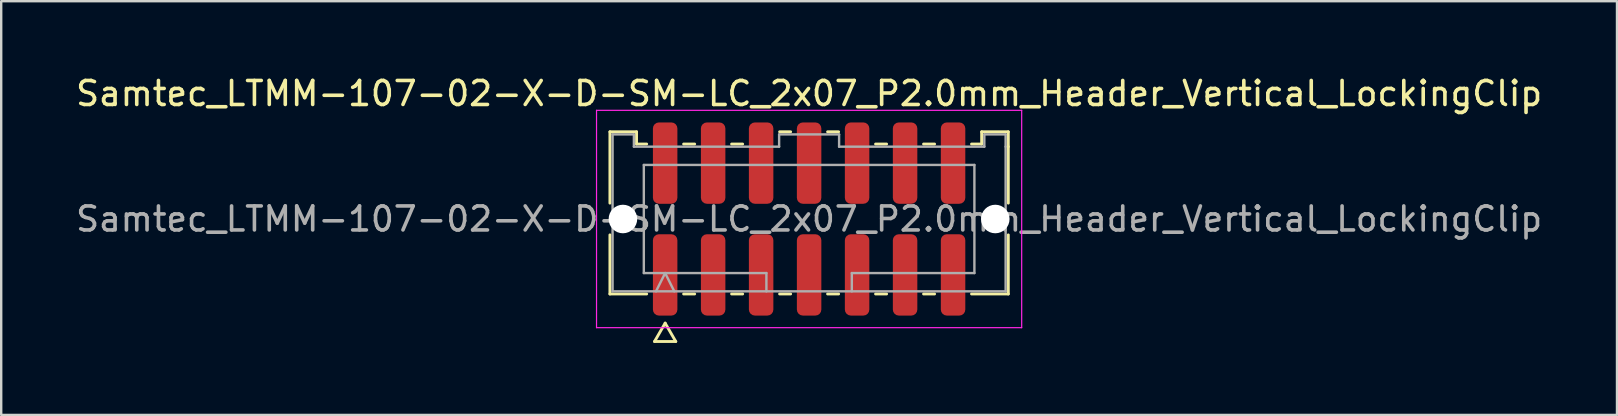
<source format=kicad_pcb>
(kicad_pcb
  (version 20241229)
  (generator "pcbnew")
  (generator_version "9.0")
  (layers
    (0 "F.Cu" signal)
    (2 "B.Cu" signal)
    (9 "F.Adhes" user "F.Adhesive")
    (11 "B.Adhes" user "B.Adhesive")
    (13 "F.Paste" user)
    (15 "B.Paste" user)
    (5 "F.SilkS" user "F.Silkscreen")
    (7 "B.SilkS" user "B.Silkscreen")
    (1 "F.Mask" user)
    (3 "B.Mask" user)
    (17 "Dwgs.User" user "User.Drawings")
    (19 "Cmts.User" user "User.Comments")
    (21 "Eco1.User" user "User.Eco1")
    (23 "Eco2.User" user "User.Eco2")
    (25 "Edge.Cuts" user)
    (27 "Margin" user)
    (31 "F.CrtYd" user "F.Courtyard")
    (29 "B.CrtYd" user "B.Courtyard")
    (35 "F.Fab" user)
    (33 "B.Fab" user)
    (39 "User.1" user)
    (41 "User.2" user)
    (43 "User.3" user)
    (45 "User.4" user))
  (footprint "Samtec_LTMM-107-02-X-D-SM-LC_2x07_P2.0mm_Header_Vertical_LockingClip"
    (layer "F.Cu")
    (at 30.673 6.078)
    (property "Reference" "Samtec_LTMM-107-02-X-D-SM-LC_2x07_P2.0mm_Header_Vertical_LockingClip" (at 0 -5.23 0) (layer "F.SilkS") (effects (font (size 1 1) (thickness 0.15))))
    (attr smd)
    (fp_line (start -8.302 -3.635) (end -7.192 -3.635) (stroke (width 0.12) (type solid)) (layer "F.SilkS"))
    (fp_line (start -8.302 -0.662) (end -8.302 -3.635) (stroke (width 0.12) (type solid)) (layer "F.SilkS"))
    (fp_line (start -8.302 3.125) (end -8.302 0.662) (stroke (width 0.12) (type solid)) (layer "F.SilkS"))
    (fp_line (start -7.192 -3.635) (end -7.192 -3.125) (stroke (width 0.12) (type solid)) (layer "F.SilkS"))
    (fp_line (start -7.192 -3.125) (end -6.77 -3.125) (stroke (width 0.12) (type solid)) (layer "F.SilkS"))
    (fp_line (start -6.77 3.125) (end -8.302 3.125) (stroke (width 0.12) (type solid)) (layer "F.SilkS"))
    (fp_line (start -6.442 5.105) (end -6 4.34) (stroke (width 0.12) (type solid)) (layer "F.SilkS"))
    (fp_line (start -6 4.34) (end -5.558 5.105) (stroke (width 0.12) (type solid)) (layer "F.SilkS"))
    (fp_line (start -5.558 5.105) (end -6.442 5.105) (stroke (width 0.12) (type solid)) (layer "F.SilkS"))
    (fp_line (start -5.23 -3.125) (end -4.77 -3.125) (stroke (width 0.12) (type solid)) (layer "F.SilkS"))
    (fp_line (start -4.77 3.125) (end -5.23 3.125) (stroke (width 0.12) (type solid)) (layer "F.SilkS"))
    (fp_line (start -3.23 -3.125) (end -2.77 -3.125) (stroke (width 0.12) (type solid)) (layer "F.SilkS"))
    (fp_line (start -2.77 3.125) (end -3.23 3.125) (stroke (width 0.12) (type solid)) (layer "F.SilkS"))
    (fp_line (start -1.23 -3.635) (end -0.77 -3.635) (stroke (width 0.12) (type solid)) (layer "F.SilkS"))
    (fp_line (start -0.77 3.125) (end -1.23 3.125) (stroke (width 0.12) (type solid)) (layer "F.SilkS"))
    (fp_line (start 0.77 -3.635) (end 1.23 -3.635) (stroke (width 0.12) (type solid)) (layer "F.SilkS"))
    (fp_line (start 1.23 3.125) (end 0.77 3.125) (stroke (width 0.12) (type solid)) (layer "F.SilkS"))
    (fp_line (start 2.77 -3.125) (end 3.23 -3.125) (stroke (width 0.12) (type solid)) (layer "F.SilkS"))
    (fp_line (start 3.23 3.125) (end 2.77 3.125) (stroke (width 0.12) (type solid)) (layer "F.SilkS"))
    (fp_line (start 4.77 -3.125) (end 5.23 -3.125) (stroke (width 0.12) (type solid)) (layer "F.SilkS"))
    (fp_line (start 5.23 3.125) (end 4.77 3.125) (stroke (width 0.12) (type solid)) (layer "F.SilkS"))
    (fp_line (start 6.77 -3.125) (end 7.192 -3.125) (stroke (width 0.12) (type solid)) (layer "F.SilkS"))
    (fp_line (start 7.192 -3.635) (end 8.302 -3.635) (stroke (width 0.12) (type solid)) (layer "F.SilkS"))
    (fp_line (start 7.192 -3.125) (end 7.192 -3.635) (stroke (width 0.12) (type solid)) (layer "F.SilkS"))
    (fp_line (start 8.302 -3.635) (end 8.302 -3.015) (stroke (width 0.12) (type solid)) (layer "F.SilkS"))
    (fp_line (start 8.302 -3.015) (end 8.302 -0.662) (stroke (width 0.12) (type solid)) (layer "F.SilkS"))
    (fp_line (start 8.302 0.662) (end 8.302 3.125) (stroke (width 0.12) (type solid)) (layer "F.SilkS"))
    (fp_line (start 8.302 3.125) (end 6.77 3.125) (stroke (width 0.12) (type solid)) (layer "F.SilkS"))
    (fp_line (start -8.86 -4.53) (end -8.86 4.53) (stroke (width 0.05) (type solid)) (layer "F.CrtYd"))
    (fp_line (start -8.86 4.53) (end 8.86 4.53) (stroke (width 0.05) (type solid)) (layer "F.CrtYd"))
    (fp_line (start 8.86 -4.53) (end -8.86 -4.53) (stroke (width 0.05) (type solid)) (layer "F.CrtYd"))
    (fp_line (start 8.86 4.53) (end 8.86 -4.53) (stroke (width 0.05) (type solid)) (layer "F.CrtYd"))
    (fp_line (start -8.191 -3.525) (end -7.303 -3.525) (stroke (width 0.1) (type solid)) (layer "F.Fab"))
    (fp_line (start -8.191 3.015) (end -8.191 -3.525) (stroke (width 0.1) (type solid)) (layer "F.Fab"))
    (fp_line (start -7.303 -3.525) (end -7.303 -3.015) (stroke (width 0.1) (type solid)) (layer "F.Fab"))
    (fp_line (start -7.303 -3.015) (end -1.25 -3.015) (stroke (width 0.1) (type solid)) (layer "F.Fab"))
    (fp_line (start -6.889 -2.253) (end 6.889 -2.253) (stroke (width 0.1) (type solid)) (layer "F.Fab"))
    (fp_line (start -6.889 2.253) (end -6.889 -2.253) (stroke (width 0.1) (type solid)) (layer "F.Fab"))
    (fp_line (start -6.381 3.015) (end -6 2.253) (stroke (width 0.1) (type solid)) (layer "F.Fab"))
    (fp_line (start -6 2.253) (end -5.619 3.015) (stroke (width 0.1) (type solid)) (layer "F.Fab"))
    (fp_line (start -1.78 2.253) (end -6.889 2.253) (stroke (width 0.1) (type solid)) (layer "F.Fab"))
    (fp_line (start -1.78 3.015) (end -1.78 2.253) (stroke (width 0.1) (type solid)) (layer "F.Fab"))
    (fp_line (start -1.25 -3.525) (end 1.25 -3.525) (stroke (width 0.1) (type solid)) (layer "F.Fab"))
    (fp_line (start -1.25 -3.015) (end -1.25 -3.525) (stroke (width 0.1) (type solid)) (layer "F.Fab"))
    (fp_line (start 1.25 -3.525) (end 1.25 -3.015) (stroke (width 0.1) (type solid)) (layer "F.Fab"))
    (fp_line (start 1.25 -3.015) (end 7.303 -3.015) (stroke (width 0.1) (type solid)) (layer "F.Fab"))
    (fp_line (start 1.78 2.253) (end 1.78 3.015) (stroke (width 0.1) (type solid)) (layer "F.Fab"))
    (fp_line (start 6.889 -2.253) (end 6.889 2.253) (stroke (width 0.1) (type solid)) (layer "F.Fab"))
    (fp_line (start 6.889 2.253) (end 1.78 2.253) (stroke (width 0.1) (type solid)) (layer "F.Fab"))
    (fp_line (start 7.303 -3.525) (end 8.191 -3.525) (stroke (width 0.1) (type solid)) (layer "F.Fab"))
    (fp_line (start 7.303 -3.015) (end 7.303 -3.525) (stroke (width 0.1) (type solid)) (layer "F.Fab"))
    (fp_line (start 8.191 -3.525) (end 8.191 -3.015) (stroke (width 0.1) (type solid)) (layer "F.Fab"))
    (fp_line (start 8.191 -3.015) (end 8.191 3.015) (stroke (width 0.1) (type solid)) (layer "F.Fab"))
    (fp_line (start 8.191 3.015) (end -8.191 3.015) (stroke (width 0.1) (type solid)) (layer "F.Fab"))
    (fp_text user "${REFERENCE}" (at 0 0 0) (layer "F.Fab") (effects (font (size 1 1) (thickness 0.15))))
    (pad "" np_thru_hole circle (at -7.76 0) (size 1.19 1.19) (drill 1.19) (layers "*.Cu" "*.Mask"))
    (pad "" np_thru_hole circle (at 7.76 0) (size 1.19 1.19) (drill 1.19) (layers "*.Cu" "*.Mask"))
    (pad "1" smd roundrect (at -6 2.33) (size 1.02 3.39) (layers "F.Cu" "F.Mask" "F.Paste") (roundrect_rratio 0.245))
    (pad "2" smd roundrect (at -6 -2.33) (size 1.02 3.39) (layers "F.Cu" "F.Mask" "F.Paste") (roundrect_rratio 0.245))
    (pad "3" smd roundrect (at -4 2.33) (size 1.02 3.39) (layers "F.Cu" "F.Mask" "F.Paste") (roundrect_rratio 0.245))
    (pad "4" smd roundrect (at -4 -2.33) (size 1.02 3.39) (layers "F.Cu" "F.Mask" "F.Paste") (roundrect_rratio 0.245))
    (pad "5" smd roundrect (at -2 2.33) (size 1.02 3.39) (layers "F.Cu" "F.Mask" "F.Paste") (roundrect_rratio 0.245))
    (pad "6" smd roundrect (at -2 -2.33) (size 1.02 3.39) (layers "F.Cu" "F.Mask" "F.Paste") (roundrect_rratio 0.245))
    (pad "7" smd roundrect (at 0 2.33) (size 1.02 3.39) (layers "F.Cu" "F.Mask" "F.Paste") (roundrect_rratio 0.245))
    (pad "8" smd roundrect (at 0 -2.33) (size 1.02 3.39) (layers "F.Cu" "F.Mask" "F.Paste") (roundrect_rratio 0.245))
    (pad "9" smd roundrect (at 2 2.33) (size 1.02 3.39) (layers "F.Cu" "F.Mask" "F.Paste") (roundrect_rratio 0.245))
    (pad "10" smd roundrect (at 2 -2.33) (size 1.02 3.39) (layers "F.Cu" "F.Mask" "F.Paste") (roundrect_rratio 0.245))
    (pad "11" smd roundrect (at 4 2.33) (size 1.02 3.39) (layers "F.Cu" "F.Mask" "F.Paste") (roundrect_rratio 0.245))
    (pad "12" smd roundrect (at 4 -2.33) (size 1.02 3.39) (layers "F.Cu" "F.Mask" "F.Paste") (roundrect_rratio 0.245))
    (pad "13" smd roundrect (at 6 2.33) (size 1.02 3.39) (layers "F.Cu" "F.Mask" "F.Paste") (roundrect_rratio 0.245))
    (pad "14" smd roundrect (at 6 -2.33) (size 1.02 3.39) (layers "F.Cu" "F.Mask" "F.Paste") (roundrect_rratio 0.245)))
  (gr_rect
    (start -3 -3)
    (end 64.345 14.243)
    (stroke (width 0.1) (type default))
    (fill no)
    (layer "Edge.Cuts")))
</source>
